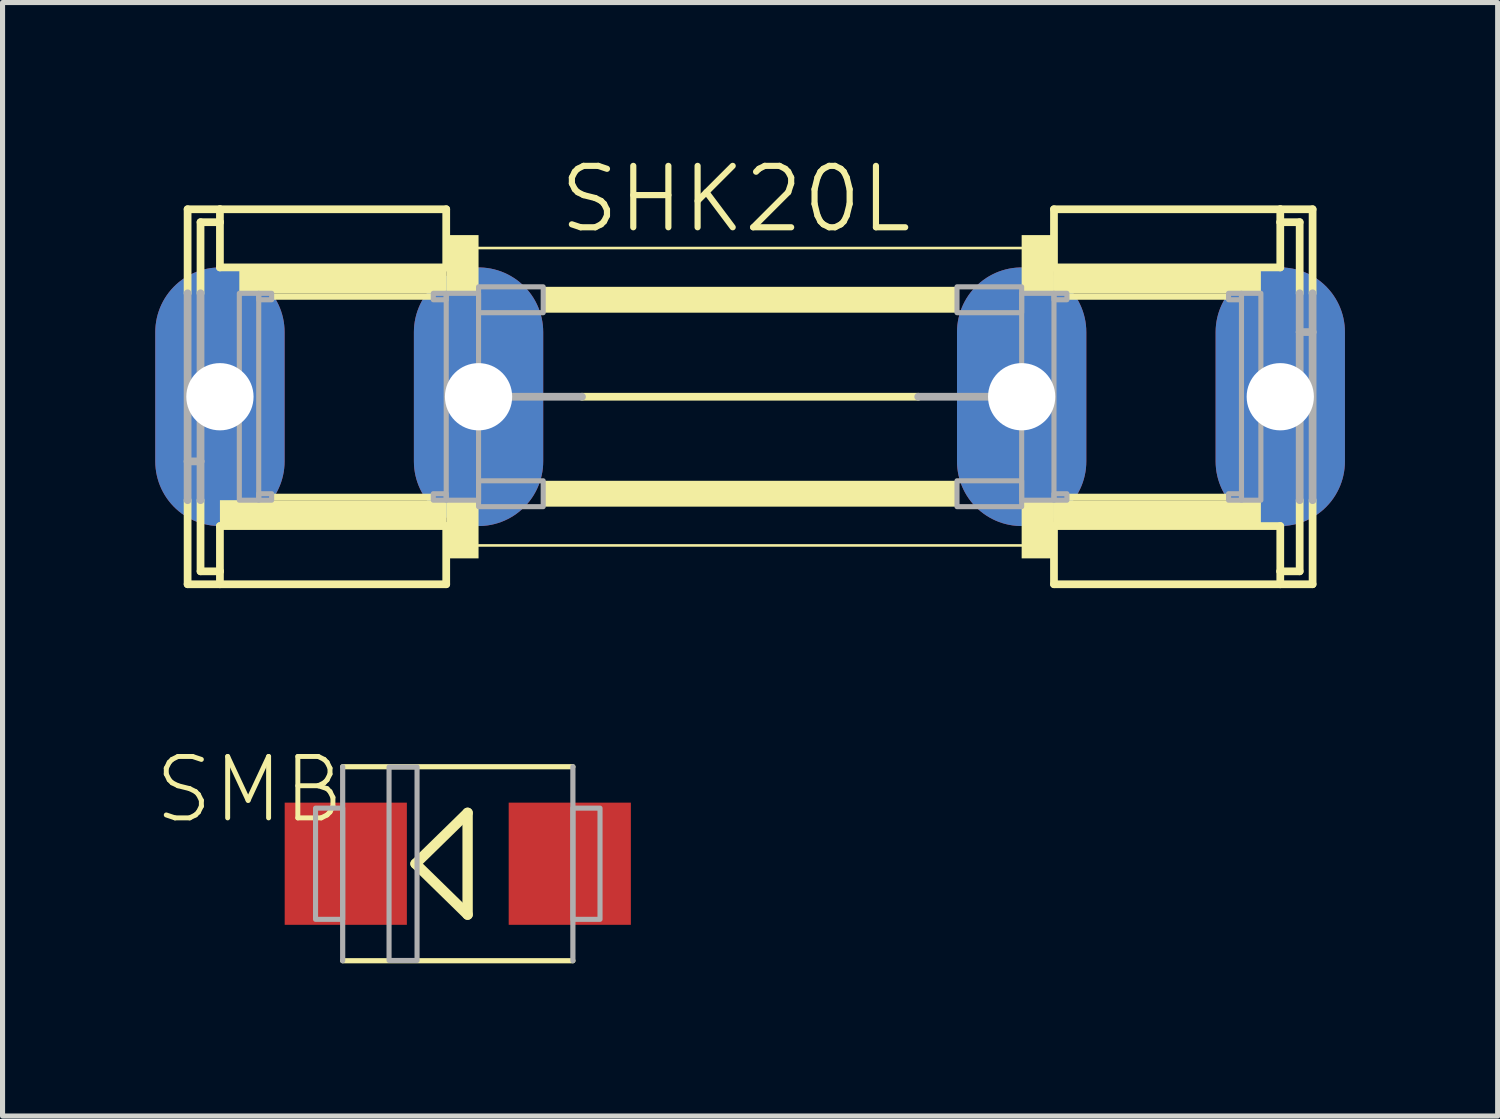
<source format=kicad_pcb>
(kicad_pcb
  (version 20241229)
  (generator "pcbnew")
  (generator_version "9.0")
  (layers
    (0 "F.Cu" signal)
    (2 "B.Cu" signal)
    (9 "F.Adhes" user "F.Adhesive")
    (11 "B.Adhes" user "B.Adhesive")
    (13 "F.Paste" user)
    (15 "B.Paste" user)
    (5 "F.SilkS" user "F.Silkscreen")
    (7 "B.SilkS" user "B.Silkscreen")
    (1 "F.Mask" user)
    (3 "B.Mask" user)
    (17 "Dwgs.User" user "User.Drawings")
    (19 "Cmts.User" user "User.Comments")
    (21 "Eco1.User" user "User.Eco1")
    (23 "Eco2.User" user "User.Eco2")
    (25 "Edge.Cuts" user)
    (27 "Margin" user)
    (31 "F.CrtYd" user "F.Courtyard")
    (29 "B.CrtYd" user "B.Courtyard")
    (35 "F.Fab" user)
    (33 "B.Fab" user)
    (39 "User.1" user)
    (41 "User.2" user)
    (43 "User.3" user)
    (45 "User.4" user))
  (footprint "SMB"
    (layer "F.Cu")
    (at 5.942 13.916)
    (property "Reference" "SMB" (at -2.159 -2.159 0) (layer "F.SilkS") (effects (font (size 1.206 1.206) (thickness 0.097)) (justify right top)))
    (attr through_hole)
    (fp_line (start -2.261 -1.905) (end 2.261 -1.905) (stroke (width 0.102) (type solid)) (layer "F.SilkS"))
    (fp_line (start -2.261 1.905) (end 2.261 1.905) (stroke (width 0.102) (type solid)) (layer "F.SilkS"))
    (fp_line (start -0.83 0) (end 0.193 1) (stroke (width 0.203) (type solid)) (layer "F.SilkS"))
    (fp_line (start 0.193 -1) (end -0.83 0) (stroke (width 0.203) (type solid)) (layer "F.SilkS"))
    (fp_line (start 0.193 1) (end 0.193 -1) (stroke (width 0.203) (type solid)) (layer "F.SilkS"))
    (fp_line (start -2.261 1.905) (end -2.261 -1.905) (stroke (width 0.102) (type solid)) (layer "F.Fab"))
    (fp_line (start 2.261 1.905) (end 2.261 -1.905) (stroke (width 0.102) (type solid)) (layer "F.Fab"))
    (fp_poly (pts (xy -2.794 1.092) (xy -2.261 1.092) (xy -2.261 -1.092) (xy -2.794 -1.092)) (stroke (width 0.1) (type solid)) (fill no) (layer "F.Fab"))
    (fp_poly (pts (xy -1.35 1.9) (xy -0.8 1.9) (xy -0.8 -1.9) (xy -1.35 -1.9)) (stroke (width 0.1) (type solid)) (fill no) (layer "F.Fab"))
    (fp_poly (pts (xy 2.261 1.092) (xy 2.794 1.092) (xy 2.794 -1.092) (xy 2.261 -1.092)) (stroke (width 0.1) (type solid)) (fill no) (layer "F.Fab"))
    (pad "A" smd rect (at 2.2 0) (size 2.4 2.4) (layers "F.Cu" "F.Mask" "F.Paste"))
    (pad "C" smd rect (at -2.2 0) (size 2.4 2.4) (layers "F.Cu" "F.Mask" "F.Paste")))
  (footprint "SHK20L"
    (layer "F.Cu")
    (at 11.684 4.743)
    (property "Reference" "SHK20L" (at -3.81 -3.175 0) (layer "F.SilkS") (effects (font (size 1.206 1.206) (thickness 0.121)) (justify left bottom)))
    (attr through_hole)
    (fp_line (start -11.049 -2.032) (end -11.049 -3.683) (stroke (width 0.152) (type solid)) (layer "F.SilkS"))
    (fp_line (start -11.049 3.683) (end -11.049 2.032) (stroke (width 0.152) (type solid)) (layer "F.SilkS"))
    (fp_line (start -10.795 -3.429) (end -10.795 -2.032) (stroke (width 0.152) (type solid)) (layer "F.SilkS"))
    (fp_line (start -10.795 -3.429) (end -10.414 -3.429) (stroke (width 0.152) (type solid)) (layer "F.SilkS"))
    (fp_line (start -10.795 2.032) (end -10.795 3.429) (stroke (width 0.152) (type solid)) (layer "F.SilkS"))
    (fp_line (start -10.795 3.429) (end -10.414 3.429) (stroke (width 0.152) (type solid)) (layer "F.SilkS"))
    (fp_line (start -10.414 -3.683) (end -11.049 -3.683) (stroke (width 0.152) (type solid)) (layer "F.SilkS"))
    (fp_line (start -10.414 -3.683) (end -10.414 -3.429) (stroke (width 0.152) (type solid)) (layer "F.SilkS"))
    (fp_line (start -10.414 -3.683) (end -5.969 -3.683) (stroke (width 0.152) (type solid)) (layer "F.SilkS"))
    (fp_line (start -10.414 -3.429) (end -10.414 -2.54) (stroke (width 0.152) (type solid)) (layer "F.SilkS"))
    (fp_line (start -10.414 -2.54) (end -5.969 -2.54) (stroke (width 0.152) (type solid)) (layer "F.SilkS"))
    (fp_line (start -10.414 2.54) (end -5.969 2.54) (stroke (width 0.152) (type solid)) (layer "F.SilkS"))
    (fp_line (start -10.414 3.429) (end -10.414 2.54) (stroke (width 0.152) (type solid)) (layer "F.SilkS"))
    (fp_line (start -10.414 3.683) (end -11.049 3.683) (stroke (width 0.152) (type solid)) (layer "F.SilkS"))
    (fp_line (start -10.414 3.683) (end -10.414 3.429) (stroke (width 0.152) (type solid)) (layer "F.SilkS"))
    (fp_line (start -5.969 -2.54) (end -5.969 -3.683) (stroke (width 0.152) (type solid)) (layer "F.SilkS"))
    (fp_line (start -5.969 3.683) (end -10.414 3.683) (stroke (width 0.152) (type solid)) (layer "F.SilkS"))
    (fp_line (start -5.969 3.683) (end -5.969 2.54) (stroke (width 0.152) (type solid)) (layer "F.SilkS"))
    (fp_line (start -5.334 -2.921) (end 5.334 -2.921) (stroke (width 0.051) (type solid)) (layer "F.SilkS"))
    (fp_line (start -3.302 0) (end 3.302 0) (stroke (width 0.152) (type solid)) (layer "F.SilkS"))
    (fp_line (start 5.334 2.921) (end -5.334 2.921) (stroke (width 0.051) (type solid)) (layer "F.SilkS"))
    (fp_line (start 5.969 -3.683) (end 5.969 -2.54) (stroke (width 0.152) (type solid)) (layer "F.SilkS"))
    (fp_line (start 5.969 -3.683) (end 10.414 -3.683) (stroke (width 0.152) (type solid)) (layer "F.SilkS"))
    (fp_line (start 5.969 2.54) (end 5.969 3.683) (stroke (width 0.152) (type solid)) (layer "F.SilkS"))
    (fp_line (start 10.414 -3.683) (end 10.414 -3.429) (stroke (width 0.152) (type solid)) (layer "F.SilkS"))
    (fp_line (start 10.414 -3.683) (end 11.049 -3.683) (stroke (width 0.152) (type solid)) (layer "F.SilkS"))
    (fp_line (start 10.414 -3.429) (end 10.414 -2.54) (stroke (width 0.152) (type solid)) (layer "F.SilkS"))
    (fp_line (start 10.414 -2.54) (end 5.969 -2.54) (stroke (width 0.152) (type solid)) (layer "F.SilkS"))
    (fp_line (start 10.414 2.54) (end 5.969 2.54) (stroke (width 0.152) (type solid)) (layer "F.SilkS"))
    (fp_line (start 10.414 3.429) (end 10.414 2.54) (stroke (width 0.152) (type solid)) (layer "F.SilkS"))
    (fp_line (start 10.414 3.683) (end 5.969 3.683) (stroke (width 0.152) (type solid)) (layer "F.SilkS"))
    (fp_line (start 10.414 3.683) (end 10.414 3.429) (stroke (width 0.152) (type solid)) (layer "F.SilkS"))
    (fp_line (start 10.414 3.683) (end 11.049 3.683) (stroke (width 0.152) (type solid)) (layer "F.SilkS"))
    (fp_line (start 10.795 -3.429) (end 10.414 -3.429) (stroke (width 0.152) (type solid)) (layer "F.SilkS"))
    (fp_line (start 10.795 -2.032) (end 10.795 -3.429) (stroke (width 0.152) (type solid)) (layer "F.SilkS"))
    (fp_line (start 10.795 3.429) (end 10.414 3.429) (stroke (width 0.152) (type solid)) (layer "F.SilkS"))
    (fp_line (start 10.795 3.429) (end 10.795 2.032) (stroke (width 0.152) (type solid)) (layer "F.SilkS"))
    (fp_line (start 11.049 -3.683) (end 11.049 -2.032) (stroke (width 0.152) (type solid)) (layer "F.SilkS"))
    (fp_line (start 11.049 2.032) (end 11.049 3.683) (stroke (width 0.152) (type solid)) (layer "F.SilkS"))
    (fp_poly (pts (xy -10.414 2.54) (xy -5.969 2.54) (xy -5.969 2.032) (xy -10.414 2.032)) (stroke (width 0) (type solid)) (fill yes) (layer "F.SilkS"))
    (fp_poly (pts (xy -10.033 -2.032) (xy -5.969 -2.032) (xy -5.969 -2.54) (xy -10.033 -2.54)) (stroke (width 0) (type solid)) (fill yes) (layer "F.SilkS"))
    (fp_poly (pts (xy -9.398 -1.905) (xy -6.223 -1.905) (xy -6.223 -2.032) (xy -9.398 -2.032)) (stroke (width 0) (type solid)) (fill yes) (layer "F.SilkS"))
    (fp_poly (pts (xy -9.398 2.032) (xy -6.223 2.032) (xy -6.223 1.905) (xy -9.398 1.905)) (stroke (width 0) (type solid)) (fill yes) (layer "F.SilkS"))
    (fp_poly (pts (xy -5.969 -2.032) (xy -5.334 -2.032) (xy -5.334 -3.175) (xy -5.969 -3.175)) (stroke (width 0) (type solid)) (fill yes) (layer "F.SilkS"))
    (fp_poly (pts (xy -5.969 3.175) (xy -5.334 3.175) (xy -5.334 2.032) (xy -5.969 2.032)) (stroke (width 0) (type solid)) (fill yes) (layer "F.SilkS"))
    (fp_poly (pts (xy -4.064 -1.651) (xy 4.064 -1.651) (xy 4.064 -2.159) (xy -4.064 -2.159)) (stroke (width 0) (type solid)) (fill yes) (layer "F.SilkS"))
    (fp_poly (pts (xy -4.064 2.159) (xy 4.064 2.159) (xy 4.064 1.651) (xy -4.064 1.651)) (stroke (width 0) (type solid)) (fill yes) (layer "F.SilkS"))
    (fp_poly (pts (xy 5.334 -2.032) (xy 5.969 -2.032) (xy 5.969 -3.175) (xy 5.334 -3.175)) (stroke (width 0) (type solid)) (fill yes) (layer "F.SilkS"))
    (fp_poly (pts (xy 5.334 3.175) (xy 5.969 3.175) (xy 5.969 2.032) (xy 5.334 2.032)) (stroke (width 0) (type solid)) (fill yes) (layer "F.SilkS"))
    (fp_poly (pts (xy 5.969 -2.032) (xy 10.033 -2.032) (xy 10.033 -2.54) (xy 5.969 -2.54)) (stroke (width 0) (type solid)) (fill yes) (layer "F.SilkS"))
    (fp_poly (pts (xy 5.969 2.54) (xy 10.033 2.54) (xy 10.033 2.032) (xy 5.969 2.032)) (stroke (width 0) (type solid)) (fill yes) (layer "F.SilkS"))
    (fp_poly (pts (xy 6.223 -1.905) (xy 9.398 -1.905) (xy 9.398 -2.032) (xy 6.223 -2.032)) (stroke (width 0) (type solid)) (fill yes) (layer "F.SilkS"))
    (fp_poly (pts (xy 6.223 2.032) (xy 9.398 2.032) (xy 9.398 1.905) (xy 6.223 1.905)) (stroke (width 0) (type solid)) (fill yes) (layer "F.SilkS"))
    (fp_line (start -11.049 -2.032) (end -11.049 1.27) (stroke (width 0.152) (type solid)) (layer "F.Fab"))
    (fp_line (start -11.049 1.27) (end -10.795 1.27) (stroke (width 0.152) (type solid)) (layer "F.Fab"))
    (fp_line (start -11.049 2.032) (end -11.049 1.27) (stroke (width 0.152) (type solid)) (layer "F.Fab"))
    (fp_line (start -10.795 -2.032) (end -10.795 1.27) (stroke (width 0.152) (type solid)) (layer "F.Fab"))
    (fp_line (start -10.795 1.27) (end -10.795 2.032) (stroke (width 0.152) (type solid)) (layer "F.Fab"))
    (fp_line (start -3.302 0) (end -5.334 0) (stroke (width 0.152) (type solid)) (layer "F.Fab"))
    (fp_line (start 3.302 0) (end 5.334 0) (stroke (width 0.152) (type solid)) (layer "F.Fab"))
    (fp_line (start 10.795 -1.27) (end 10.795 -2.032) (stroke (width 0.152) (type solid)) (layer "F.Fab"))
    (fp_line (start 10.795 -1.27) (end 10.795 2.032) (stroke (width 0.152) (type solid)) (layer "F.Fab"))
    (fp_line (start 11.049 -2.032) (end 11.049 -1.27) (stroke (width 0.152) (type solid)) (layer "F.Fab"))
    (fp_line (start 11.049 -1.27) (end 10.795 -1.27) (stroke (width 0.152) (type solid)) (layer "F.Fab"))
    (fp_line (start 11.049 -1.27) (end 11.049 2.032) (stroke (width 0.152) (type solid)) (layer "F.Fab"))
    (fp_poly (pts (xy -10.033 2.032) (xy -9.652 2.032) (xy -9.652 -2.032) (xy -10.033 -2.032)) (stroke (width 0.1) (type solid)) (fill no) (layer "F.Fab"))
    (fp_poly (pts (xy -9.652 -1.905) (xy -9.398 -1.905) (xy -9.398 -2.032) (xy -9.652 -2.032)) (stroke (width 0.1) (type solid)) (fill no) (layer "F.Fab"))
    (fp_poly (pts (xy -9.652 2.032) (xy -9.398 2.032) (xy -9.398 1.905) (xy -9.652 1.905)) (stroke (width 0.1) (type solid)) (fill no) (layer "F.Fab"))
    (fp_poly (pts (xy -6.223 -1.905) (xy -5.969 -1.905) (xy -5.969 -2.032) (xy -6.223 -2.032)) (stroke (width 0.1) (type solid)) (fill no) (layer "F.Fab"))
    (fp_poly (pts (xy -6.223 2.032) (xy -5.969 2.032) (xy -5.969 1.905) (xy -6.223 1.905)) (stroke (width 0.1) (type solid)) (fill no) (layer "F.Fab"))
    (fp_poly (pts (xy -5.969 2.032) (xy -5.334 2.032) (xy -5.334 -2.032) (xy -5.969 -2.032)) (stroke (width 0.1) (type solid)) (fill no) (layer "F.Fab"))
    (fp_poly (pts (xy -5.334 -1.651) (xy -4.064 -1.651) (xy -4.064 -2.159) (xy -5.334 -2.159)) (stroke (width 0.1) (type solid)) (fill no) (layer "F.Fab"))
    (fp_poly (pts (xy -5.334 2.159) (xy -4.064 2.159) (xy -4.064 1.651) (xy -5.334 1.651)) (stroke (width 0.1) (type solid)) (fill no) (layer "F.Fab"))
    (fp_poly (pts (xy 4.064 -1.651) (xy 5.334 -1.651) (xy 5.334 -2.159) (xy 4.064 -2.159)) (stroke (width 0.1) (type solid)) (fill no) (layer "F.Fab"))
    (fp_poly (pts (xy 4.064 2.159) (xy 5.334 2.159) (xy 5.334 1.651) (xy 4.064 1.651)) (stroke (width 0.1) (type solid)) (fill no) (layer "F.Fab"))
    (fp_poly (pts (xy 5.334 2.032) (xy 5.969 2.032) (xy 5.969 -2.032) (xy 5.334 -2.032)) (stroke (width 0.1) (type solid)) (fill no) (layer "F.Fab"))
    (fp_poly (pts (xy 5.969 -1.905) (xy 6.223 -1.905) (xy 6.223 -2.032) (xy 5.969 -2.032)) (stroke (width 0.1) (type solid)) (fill no) (layer "F.Fab"))
    (fp_poly (pts (xy 5.969 2.032) (xy 6.223 2.032) (xy 6.223 1.905) (xy 5.969 1.905)) (stroke (width 0.1) (type solid)) (fill no) (layer "F.Fab"))
    (fp_poly (pts (xy 9.398 -1.905) (xy 9.652 -1.905) (xy 9.652 -2.032) (xy 9.398 -2.032)) (stroke (width 0.1) (type solid)) (fill no) (layer "F.Fab"))
    (fp_poly (pts (xy 9.398 2.032) (xy 9.652 2.032) (xy 9.652 1.905) (xy 9.398 1.905)) (stroke (width 0.1) (type solid)) (fill no) (layer "F.Fab"))
    (fp_poly (pts (xy 9.652 2.032) (xy 10.033 2.032) (xy 10.033 -2.032) (xy 9.652 -2.032)) (stroke (width 0.1) (type solid)) (fill no) (layer "F.Fab"))
    (pad "1A" thru_hole oval (at -10.414 0 90) (size 5.08 2.54) (drill 1.321) (layers "*.Cu" "*.Mask"))
    (pad "1B" thru_hole oval (at -5.334 0 90) (size 5.08 2.54) (drill 1.321) (layers "*.Cu" "*.Mask"))
    (pad "2A" thru_hole oval (at 10.414 0 90) (size 5.08 2.54) (drill 1.321) (layers "*.Cu" "*.Mask"))
    (pad "2B" thru_hole oval (at 5.334 0 90) (size 5.08 2.54) (drill 1.321) (layers "*.Cu" "*.Mask")))
  (gr_rect
    (start -3 -3)
    (end 26.368 18.872)
    (stroke (width 0.1) (type default))
    (fill no)
    (layer "Edge.Cuts")))
</source>
